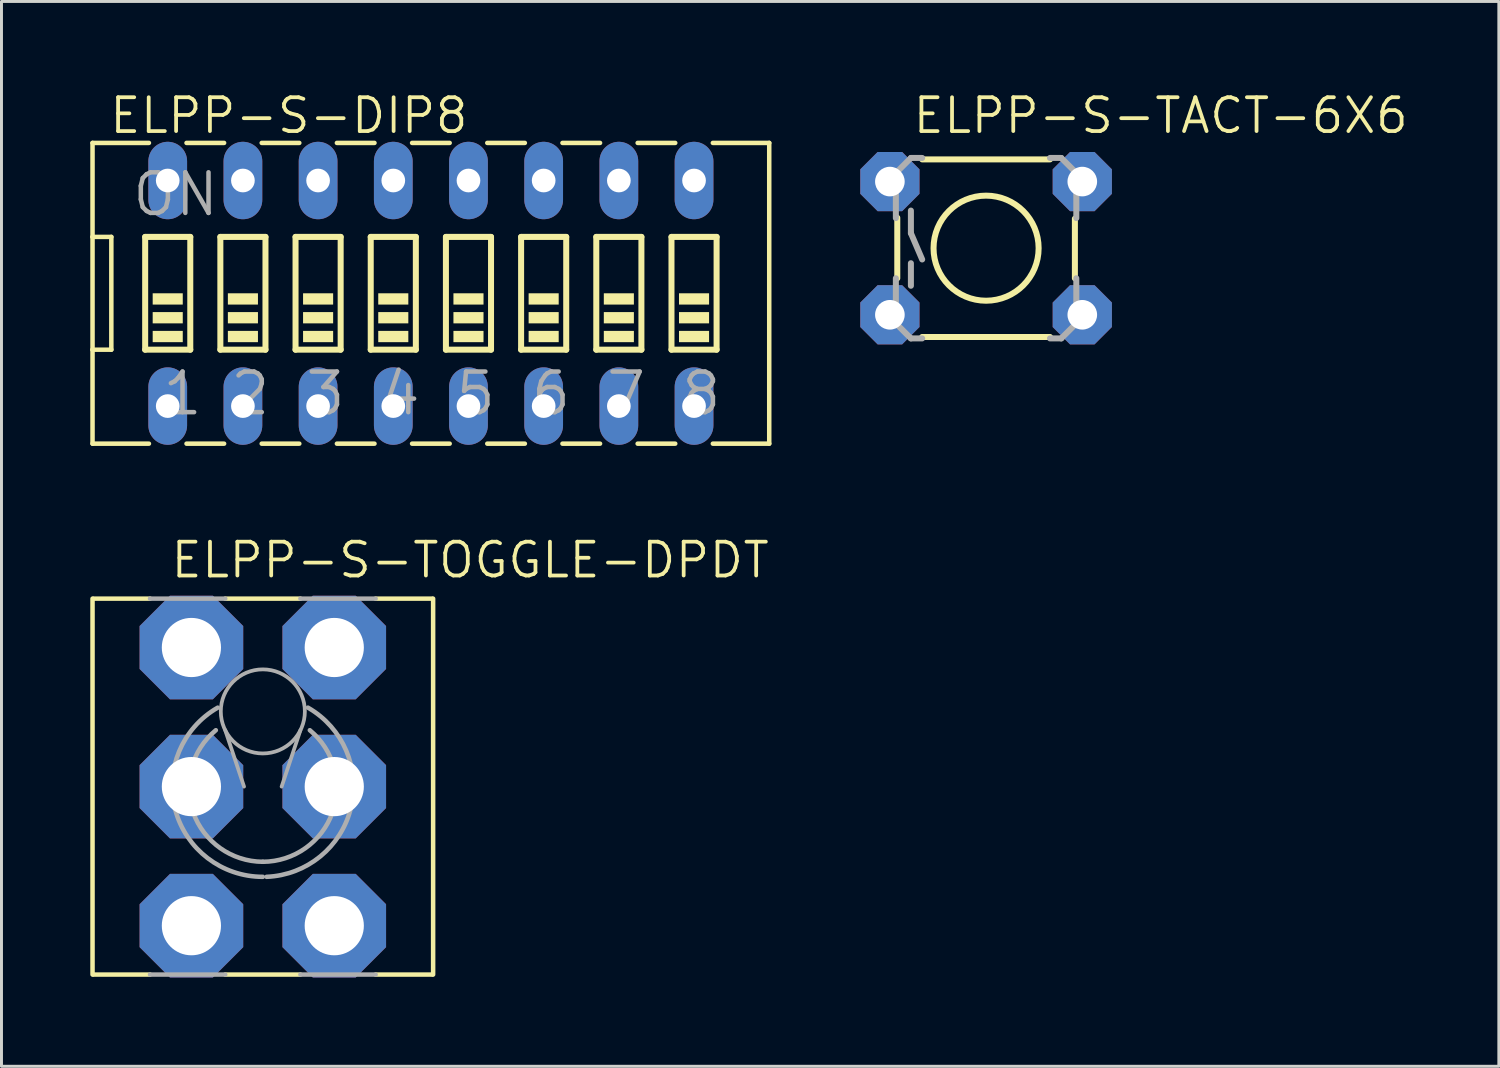
<source format=kicad_pcb>
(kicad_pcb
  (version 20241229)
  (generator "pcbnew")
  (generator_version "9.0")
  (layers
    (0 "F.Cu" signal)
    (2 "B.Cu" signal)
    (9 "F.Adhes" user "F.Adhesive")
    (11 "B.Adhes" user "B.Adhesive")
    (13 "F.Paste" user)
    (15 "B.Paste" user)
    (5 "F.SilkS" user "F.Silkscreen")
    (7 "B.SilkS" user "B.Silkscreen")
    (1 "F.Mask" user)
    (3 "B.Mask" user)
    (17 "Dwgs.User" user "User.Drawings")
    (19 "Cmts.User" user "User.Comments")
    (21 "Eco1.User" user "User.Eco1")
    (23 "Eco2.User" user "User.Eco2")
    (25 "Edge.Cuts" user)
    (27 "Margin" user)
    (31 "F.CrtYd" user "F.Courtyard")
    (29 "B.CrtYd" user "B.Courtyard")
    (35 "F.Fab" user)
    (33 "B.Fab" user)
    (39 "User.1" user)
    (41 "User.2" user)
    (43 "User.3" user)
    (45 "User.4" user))
  (footprint "ELPP-S-TOGGLE-DPDT"
    (layer "F.Cu")
    (at 5.829 23.523)
    (property "Reference" "ELPP-S-TOGGLE-DPDT" (at -3.175 -6.985 0) (unlocked yes) (layer "F.SilkS") (effects (font (size 1.143 1.143) (thickness 0.127)) (justify left bottom)))
    (fp_line (start -5.753 -6.35) (end -5.753 6.35) (stroke (width 0.152) (type solid)) (layer "F.SilkS"))
    (fp_line (start -5.715 -6.35) (end -3.81 -6.35) (stroke (width 0.152) (type solid)) (layer "F.SilkS"))
    (fp_line (start -5.715 6.35) (end -3.81 6.35) (stroke (width 0.152) (type solid)) (layer "F.SilkS"))
    (fp_line (start -1.27 -6.35) (end 1.27 -6.35) (stroke (width 0.152) (type solid)) (layer "F.SilkS"))
    (fp_line (start -1.27 6.35) (end 1.27 6.35) (stroke (width 0.152) (type solid)) (layer "F.SilkS"))
    (fp_line (start 3.81 -6.35) (end 5.715 -6.35) (stroke (width 0.152) (type solid)) (layer "F.SilkS"))
    (fp_line (start 3.81 6.35) (end 5.715 6.35) (stroke (width 0.152) (type solid)) (layer "F.SilkS"))
    (fp_line (start 5.753 6.35) (end 5.753 -6.35) (stroke (width 0.152) (type solid)) (layer "F.SilkS"))
    (fp_line (start -3.81 -6.35) (end -1.27 -6.35) (stroke (width 0.152) (type solid)) (layer "F.Fab"))
    (fp_line (start -3.81 6.35) (end -1.27 6.35) (stroke (width 0.152) (type solid)) (layer "F.Fab"))
    (fp_line (start -1.27 -1.905) (end -0.635 0) (stroke (width 0.127) (type solid)) (layer "F.Fab"))
    (fp_line (start 1.27 -6.35) (end 3.81 -6.35) (stroke (width 0.152) (type solid)) (layer "F.Fab"))
    (fp_line (start 1.27 -1.905) (end 0.635 0) (stroke (width 0.127) (type solid)) (layer "F.Fab"))
    (fp_line (start 1.27 6.35) (end 3.81 6.35) (stroke (width 0.152) (type solid)) (layer "F.Fab"))
    (fp_arc (start 0 2.54) (mid -2.352774 0.874294) (end -1.587502 -1.905001) (stroke (width 0.1524) (type solid)) (layer "F.Fab"))
    (fp_arc (start 0 3.048) (mid -2.959694 0.776552) (end -1.523999 -2.667) (stroke (width 0.1524) (type solid)) (layer "F.Fab"))
    (fp_arc (start 1.523999 -2.666998) (mid 2.976223 0.716233) (end 0.127 3.048) (stroke (width 0.1524) (type solid)) (layer "F.Fab"))
    (fp_arc (start 1.587502 -1.905001) (mid 2.352774 0.874294) (end 0 2.54) (stroke (width 0.1524) (type solid)) (layer "F.Fab"))
    (fp_circle (center 0 -2.54) (end 1.42 -2.54) (stroke (width 0.127) (type solid)) (fill no) (layer "F.Fab"))
    (pad "1" thru_hole roundrect (at -2.413 4.699) (size 3.5 3.5) (drill 2) (layers "*.Cu" "*.Mask") (roundrect_rratio 0.25) (chamfer_ratio 0.293) (chamfer top_left top_right bottom_left bottom_right))
    (pad "2" thru_hole roundrect (at -2.413 0) (size 3.5 3.5) (drill 2) (layers "*.Cu" "*.Mask") (roundrect_rratio 0.25) (chamfer_ratio 0.293) (chamfer top_left top_right bottom_left bottom_right))
    (pad "3" thru_hole roundrect (at -2.413 -4.699) (size 3.5 3.5) (drill 2) (layers "*.Cu" "*.Mask") (roundrect_rratio 0.25) (chamfer_ratio 0.293) (chamfer top_left top_right bottom_left bottom_right))
    (pad "4" thru_hole roundrect (at 2.413 4.699) (size 3.5 3.5) (drill 2) (layers "*.Cu" "*.Mask") (roundrect_rratio 0.25) (chamfer_ratio 0.293) (chamfer top_left top_right bottom_left bottom_right))
    (pad "5" thru_hole roundrect (at 2.413 0 180) (size 3.5 3.5) (drill 2) (layers "*.Cu" "*.Mask") (roundrect_rratio 0.25) (chamfer_ratio 0.293) (chamfer top_left top_right bottom_left bottom_right))
    (pad "6" thru_hole roundrect (at 2.413 -4.699) (size 3.5 3.5) (drill 2) (layers "*.Cu" "*.Mask") (roundrect_rratio 0.25) (chamfer_ratio 0.293) (chamfer top_left top_right bottom_left bottom_right)))
  (footprint "ELPP-S-DIP8"
    (layer "F.Cu")
    (at 11.506 6.858)
    (property "Reference" "ELPP-S-DIP8" (at -10.922 -5.334 0) (unlocked yes) (layer "F.SilkS") (effects (font (size 1.143 1.143) (thickness 0.127)) (justify left bottom)))
    (fp_line (start -11.43 -5.08) (end -11.43 -1.905) (stroke (width 0.152) (type solid)) (layer "F.SilkS"))
    (fp_line (start -11.43 -5.08) (end -9.525 -5.08) (stroke (width 0.152) (type solid)) (layer "F.SilkS"))
    (fp_line (start -11.43 -1.905) (end -11.43 1.905) (stroke (width 0.152) (type solid)) (layer "F.SilkS"))
    (fp_line (start -11.43 -1.905) (end -10.795 -1.905) (stroke (width 0.152) (type solid)) (layer "F.SilkS"))
    (fp_line (start -11.43 1.905) (end -11.43 5.08) (stroke (width 0.152) (type solid)) (layer "F.SilkS"))
    (fp_line (start -11.43 5.08) (end -9.525 5.08) (stroke (width 0.152) (type solid)) (layer "F.SilkS"))
    (fp_line (start -10.795 -1.905) (end -10.795 1.905) (stroke (width 0.152) (type solid)) (layer "F.SilkS"))
    (fp_line (start -10.795 1.905) (end -11.43 1.905) (stroke (width 0.152) (type solid)) (layer "F.SilkS"))
    (fp_line (start -9.652 -1.905) (end -9.652 1.905) (stroke (width 0.203) (type solid)) (layer "F.SilkS"))
    (fp_line (start -9.652 -1.905) (end -8.128 -1.905) (stroke (width 0.203) (type solid)) (layer "F.SilkS"))
    (fp_line (start -8.255 -5.08) (end -6.985 -5.08) (stroke (width 0.152) (type solid)) (layer "F.SilkS"))
    (fp_line (start -8.255 5.08) (end -6.985 5.08) (stroke (width 0.152) (type solid)) (layer "F.SilkS"))
    (fp_line (start -8.128 1.905) (end -9.652 1.905) (stroke (width 0.203) (type solid)) (layer "F.SilkS"))
    (fp_line (start -8.128 1.905) (end -8.128 -1.905) (stroke (width 0.203) (type solid)) (layer "F.SilkS"))
    (fp_line (start -7.112 -1.905) (end -7.112 1.905) (stroke (width 0.203) (type solid)) (layer "F.SilkS"))
    (fp_line (start -7.112 -1.905) (end -5.588 -1.905) (stroke (width 0.203) (type solid)) (layer "F.SilkS"))
    (fp_line (start -5.715 -5.08) (end -4.445 -5.08) (stroke (width 0.152) (type solid)) (layer "F.SilkS"))
    (fp_line (start -5.715 5.08) (end -4.445 5.08) (stroke (width 0.152) (type solid)) (layer "F.SilkS"))
    (fp_line (start -5.588 1.905) (end -7.112 1.905) (stroke (width 0.203) (type solid)) (layer "F.SilkS"))
    (fp_line (start -5.588 1.905) (end -5.588 -1.905) (stroke (width 0.203) (type solid)) (layer "F.SilkS"))
    (fp_line (start -4.572 -1.905) (end -4.572 1.905) (stroke (width 0.203) (type solid)) (layer "F.SilkS"))
    (fp_line (start -4.572 -1.905) (end -3.048 -1.905) (stroke (width 0.203) (type solid)) (layer "F.SilkS"))
    (fp_line (start -3.175 -5.08) (end -1.905 -5.08) (stroke (width 0.152) (type solid)) (layer "F.SilkS"))
    (fp_line (start -3.175 5.08) (end -1.905 5.08) (stroke (width 0.152) (type solid)) (layer "F.SilkS"))
    (fp_line (start -3.048 1.905) (end -4.572 1.905) (stroke (width 0.203) (type solid)) (layer "F.SilkS"))
    (fp_line (start -3.048 1.905) (end -3.048 -1.905) (stroke (width 0.203) (type solid)) (layer "F.SilkS"))
    (fp_line (start -2.032 -1.905) (end -2.032 1.905) (stroke (width 0.203) (type solid)) (layer "F.SilkS"))
    (fp_line (start -2.032 -1.905) (end -0.508 -1.905) (stroke (width 0.203) (type solid)) (layer "F.SilkS"))
    (fp_line (start -0.635 -5.08) (end 0.635 -5.08) (stroke (width 0.152) (type solid)) (layer "F.SilkS"))
    (fp_line (start -0.635 5.08) (end 0.635 5.08) (stroke (width 0.152) (type solid)) (layer "F.SilkS"))
    (fp_line (start -0.508 1.905) (end -2.032 1.905) (stroke (width 0.203) (type solid)) (layer "F.SilkS"))
    (fp_line (start -0.508 1.905) (end -0.508 -1.905) (stroke (width 0.203) (type solid)) (layer "F.SilkS"))
    (fp_line (start 0.508 -1.905) (end 0.508 1.905) (stroke (width 0.203) (type solid)) (layer "F.SilkS"))
    (fp_line (start 0.508 -1.905) (end 2.032 -1.905) (stroke (width 0.203) (type solid)) (layer "F.SilkS"))
    (fp_line (start 1.905 -5.08) (end 3.175 -5.08) (stroke (width 0.152) (type solid)) (layer "F.SilkS"))
    (fp_line (start 1.905 5.08) (end 3.175 5.08) (stroke (width 0.152) (type solid)) (layer "F.SilkS"))
    (fp_line (start 2.032 1.905) (end 0.508 1.905) (stroke (width 0.203) (type solid)) (layer "F.SilkS"))
    (fp_line (start 2.032 1.905) (end 2.032 -1.905) (stroke (width 0.203) (type solid)) (layer "F.SilkS"))
    (fp_line (start 3.048 -1.905) (end 3.048 1.905) (stroke (width 0.203) (type solid)) (layer "F.SilkS"))
    (fp_line (start 3.048 -1.905) (end 4.572 -1.905) (stroke (width 0.203) (type solid)) (layer "F.SilkS"))
    (fp_line (start 4.445 -5.08) (end 5.715 -5.08) (stroke (width 0.152) (type solid)) (layer "F.SilkS"))
    (fp_line (start 4.445 5.08) (end 5.715 5.08) (stroke (width 0.152) (type solid)) (layer "F.SilkS"))
    (fp_line (start 4.572 1.905) (end 3.048 1.905) (stroke (width 0.203) (type solid)) (layer "F.SilkS"))
    (fp_line (start 4.572 1.905) (end 4.572 -1.905) (stroke (width 0.203) (type solid)) (layer "F.SilkS"))
    (fp_line (start 5.588 -1.905) (end 5.588 1.905) (stroke (width 0.203) (type solid)) (layer "F.SilkS"))
    (fp_line (start 5.588 -1.905) (end 7.112 -1.905) (stroke (width 0.203) (type solid)) (layer "F.SilkS"))
    (fp_line (start 6.985 -5.08) (end 8.255 -5.08) (stroke (width 0.152) (type solid)) (layer "F.SilkS"))
    (fp_line (start 6.985 5.08) (end 8.255 5.08) (stroke (width 0.152) (type solid)) (layer "F.SilkS"))
    (fp_line (start 7.112 1.905) (end 5.588 1.905) (stroke (width 0.203) (type solid)) (layer "F.SilkS"))
    (fp_line (start 7.112 1.905) (end 7.112 -1.905) (stroke (width 0.203) (type solid)) (layer "F.SilkS"))
    (fp_line (start 8.128 -1.905) (end 8.128 1.905) (stroke (width 0.203) (type solid)) (layer "F.SilkS"))
    (fp_line (start 8.128 -1.905) (end 9.652 -1.905) (stroke (width 0.203) (type solid)) (layer "F.SilkS"))
    (fp_line (start 9.525 -5.08) (end 11.43 -5.08) (stroke (width 0.152) (type solid)) (layer "F.SilkS"))
    (fp_line (start 9.525 5.08) (end 11.43 5.08) (stroke (width 0.152) (type solid)) (layer "F.SilkS"))
    (fp_line (start 9.652 1.905) (end 8.128 1.905) (stroke (width 0.203) (type solid)) (layer "F.SilkS"))
    (fp_line (start 9.652 1.905) (end 9.652 -1.905) (stroke (width 0.203) (type solid)) (layer "F.SilkS"))
    (fp_line (start 11.43 -5.08) (end 11.43 5.08) (stroke (width 0.152) (type solid)) (layer "F.SilkS"))
    (fp_poly (pts (xy -9.398 0.381) (xy -8.382 0.381) (xy -8.382 0) (xy -9.398 0)) (stroke (width 0) (type default)) (fill yes) (layer "F.SilkS"))
    (fp_poly (pts (xy -9.398 1.016) (xy -8.382 1.016) (xy -8.382 0.635) (xy -9.398 0.635)) (stroke (width 0) (type default)) (fill yes) (layer "F.SilkS"))
    (fp_poly (pts (xy -9.398 1.651) (xy -8.382 1.651) (xy -8.382 1.27) (xy -9.398 1.27)) (stroke (width 0) (type default)) (fill yes) (layer "F.SilkS"))
    (fp_poly (pts (xy -6.858 0.381) (xy -5.842 0.381) (xy -5.842 0) (xy -6.858 0)) (stroke (width 0) (type default)) (fill yes) (layer "F.SilkS"))
    (fp_poly (pts (xy -6.858 1.016) (xy -5.842 1.016) (xy -5.842 0.635) (xy -6.858 0.635)) (stroke (width 0) (type default)) (fill yes) (layer "F.SilkS"))
    (fp_poly (pts (xy -6.858 1.651) (xy -5.842 1.651) (xy -5.842 1.27) (xy -6.858 1.27)) (stroke (width 0) (type default)) (fill yes) (layer "F.SilkS"))
    (fp_poly (pts (xy -4.318 0.381) (xy -3.302 0.381) (xy -3.302 0) (xy -4.318 0)) (stroke (width 0) (type default)) (fill yes) (layer "F.SilkS"))
    (fp_poly (pts (xy -4.318 1.016) (xy -3.302 1.016) (xy -3.302 0.635) (xy -4.318 0.635)) (stroke (width 0) (type default)) (fill yes) (layer "F.SilkS"))
    (fp_poly (pts (xy -4.318 1.651) (xy -3.302 1.651) (xy -3.302 1.27) (xy -4.318 1.27)) (stroke (width 0) (type default)) (fill yes) (layer "F.SilkS"))
    (fp_poly (pts (xy -1.778 0.381) (xy -0.762 0.381) (xy -0.762 0) (xy -1.778 0)) (stroke (width 0) (type default)) (fill yes) (layer "F.SilkS"))
    (fp_poly (pts (xy -1.778 1.016) (xy -0.762 1.016) (xy -0.762 0.635) (xy -1.778 0.635)) (stroke (width 0) (type default)) (fill yes) (layer "F.SilkS"))
    (fp_poly (pts (xy -1.778 1.651) (xy -0.762 1.651) (xy -0.762 1.27) (xy -1.778 1.27)) (stroke (width 0) (type default)) (fill yes) (layer "F.SilkS"))
    (fp_poly (pts (xy 0.762 0.381) (xy 1.778 0.381) (xy 1.778 0) (xy 0.762 0)) (stroke (width 0) (type default)) (fill yes) (layer "F.SilkS"))
    (fp_poly (pts (xy 0.762 1.016) (xy 1.778 1.016) (xy 1.778 0.635) (xy 0.762 0.635)) (stroke (width 0) (type default)) (fill yes) (layer "F.SilkS"))
    (fp_poly (pts (xy 0.762 1.651) (xy 1.778 1.651) (xy 1.778 1.27) (xy 0.762 1.27)) (stroke (width 0) (type default)) (fill yes) (layer "F.SilkS"))
    (fp_poly (pts (xy 3.302 0.381) (xy 4.318 0.381) (xy 4.318 0) (xy 3.302 0)) (stroke (width 0) (type default)) (fill yes) (layer "F.SilkS"))
    (fp_poly (pts (xy 3.302 1.016) (xy 4.318 1.016) (xy 4.318 0.635) (xy 3.302 0.635)) (stroke (width 0) (type default)) (fill yes) (layer "F.SilkS"))
    (fp_poly (pts (xy 3.302 1.651) (xy 4.318 1.651) (xy 4.318 1.27) (xy 3.302 1.27)) (stroke (width 0) (type default)) (fill yes) (layer "F.SilkS"))
    (fp_poly (pts (xy 5.842 0.381) (xy 6.858 0.381) (xy 6.858 0) (xy 5.842 0)) (stroke (width 0) (type default)) (fill yes) (layer "F.SilkS"))
    (fp_poly (pts (xy 5.842 1.016) (xy 6.858 1.016) (xy 6.858 0.635) (xy 5.842 0.635)) (stroke (width 0) (type default)) (fill yes) (layer "F.SilkS"))
    (fp_poly (pts (xy 5.842 1.651) (xy 6.858 1.651) (xy 6.858 1.27) (xy 5.842 1.27)) (stroke (width 0) (type default)) (fill yes) (layer "F.SilkS"))
    (fp_poly (pts (xy 8.382 0.381) (xy 9.398 0.381) (xy 9.398 0) (xy 8.382 0)) (stroke (width 0) (type default)) (fill yes) (layer "F.SilkS"))
    (fp_poly (pts (xy 8.382 1.016) (xy 9.398 1.016) (xy 9.398 0.635) (xy 8.382 0.635)) (stroke (width 0) (type default)) (fill yes) (layer "F.SilkS"))
    (fp_poly (pts (xy 8.382 1.651) (xy 9.398 1.651) (xy 9.398 1.27) (xy 8.382 1.27)) (stroke (width 0) (type default)) (fill yes) (layer "F.SilkS"))
    (fp_text user "4" (at -1.778 4.191 0) (layer "F.Fab") (effects (font (size 1.372 1.372) (thickness 0.152)) (justify left bottom)))
    (fp_text user "8" (at 8.382 4.191 0) (layer "F.Fab") (effects (font (size 1.372 1.372) (thickness 0.152)) (justify left bottom)))
    (fp_text user "2" (at -6.858 4.191 0) (layer "F.Fab") (effects (font (size 1.372 1.372) (thickness 0.152)) (justify left bottom)))
    (fp_text user "1" (at -9.144 4.191 0) (layer "F.Fab") (effects (font (size 1.372 1.372) (thickness 0.152)) (justify left bottom)))
    (fp_text user "6" (at 3.302 4.191 0) (layer "F.Fab") (effects (font (size 1.372 1.372) (thickness 0.152)) (justify left bottom)))
    (fp_text user "3" (at -4.318 4.191 0) (layer "F.Fab") (effects (font (size 1.372 1.372) (thickness 0.152)) (justify left bottom)))
    (fp_text user "7" (at 5.842 4.191 0) (layer "F.Fab") (effects (font (size 1.372 1.372) (thickness 0.152)) (justify left bottom)))
    (fp_text user "ON" (at -10.16 -2.54 0) (layer "F.Fab") (effects (font (size 1.372 1.372) (thickness 0.152)) (justify left bottom)))
    (fp_text user "5" (at 0.762 4.191 0) (layer "F.Fab") (effects (font (size 1.372 1.372) (thickness 0.152)) (justify left bottom)))
    (pad "1" thru_hole oval (at -8.89 3.81 90) (size 2.616 1.308) (drill 0.8) (layers "*.Cu" "*.Mask"))
    (pad "2" thru_hole oval (at -6.35 3.81 90) (size 2.616 1.308) (drill 0.8) (layers "*.Cu" "*.Mask"))
    (pad "3" thru_hole oval (at -3.81 3.81 90) (size 2.616 1.308) (drill 0.8) (layers "*.Cu" "*.Mask"))
    (pad "4" thru_hole oval (at -1.27 3.81 90) (size 2.616 1.308) (drill 0.8) (layers "*.Cu" "*.Mask"))
    (pad "5" thru_hole oval (at 1.27 3.81 90) (size 2.616 1.308) (drill 0.8) (layers "*.Cu" "*.Mask"))
    (pad "6" thru_hole oval (at 3.81 3.81 90) (size 2.616 1.308) (drill 0.8) (layers "*.Cu" "*.Mask"))
    (pad "7" thru_hole oval (at 6.35 3.81 90) (size 2.616 1.308) (drill 0.8) (layers "*.Cu" "*.Mask"))
    (pad "8" thru_hole oval (at 8.89 3.81 90) (size 2.616 1.308) (drill 0.8) (layers "*.Cu" "*.Mask"))
    (pad "9" thru_hole oval (at 8.89 -3.81 90) (size 2.616 1.308) (drill 0.8) (layers "*.Cu" "*.Mask"))
    (pad "10" thru_hole oval (at 6.35 -3.81 90) (size 2.616 1.308) (drill 0.8) (layers "*.Cu" "*.Mask"))
    (pad "11" thru_hole oval (at 3.81 -3.81 90) (size 2.616 1.308) (drill 0.8) (layers "*.Cu" "*.Mask"))
    (pad "12" thru_hole oval (at 1.27 -3.81 90) (size 2.616 1.308) (drill 0.8) (layers "*.Cu" "*.Mask"))
    (pad "13" thru_hole oval (at -1.27 -3.81 90) (size 2.616 1.308) (drill 0.8) (layers "*.Cu" "*.Mask"))
    (pad "14" thru_hole oval (at -3.81 -3.81 90) (size 2.616 1.308) (drill 0.8) (layers "*.Cu" "*.Mask"))
    (pad "15" thru_hole oval (at -6.35 -3.81 90) (size 2.616 1.308) (drill 0.8) (layers "*.Cu" "*.Mask"))
    (pad "16" thru_hole oval (at -8.89 -3.81 90) (size 2.616 1.308) (drill 0.8) (layers "*.Cu" "*.Mask")))
  (footprint "ELPP-S-TACT-6X6"
    (layer "F.Cu")
    (at 30.262 5.334)
    (property "Reference" "ELPP-S-TACT-6X6" (at -2.54 -3.81 0) (unlocked yes) (layer "F.SilkS") (effects (font (size 1.143 1.143) (thickness 0.127)) (justify left bottom)))
    (fp_line (start -3 -1.028) (end -3 1.016) (stroke (width 0.203) (type solid)) (layer "F.SilkS"))
    (fp_line (start -2.159 3) (end 2.159 3) (stroke (width 0.203) (type solid)) (layer "F.SilkS"))
    (fp_line (start 2.159 -3) (end -2.159 -3) (stroke (width 0.203) (type solid)) (layer "F.SilkS"))
    (fp_line (start 3 -0.998) (end 3 1.016) (stroke (width 0.203) (type solid)) (layer "F.SilkS"))
    (fp_circle (center 0 0) (end 1.775 0) (stroke (width 0.203) (type solid)) (fill no) (layer "F.SilkS"))
    (fp_line (start -3.048 -2.54) (end -3.048 -1.016) (stroke (width 0.203) (type solid)) (layer "F.Fab"))
    (fp_line (start -3.048 2.54) (end -3.048 1.016) (stroke (width 0.203) (type solid)) (layer "F.Fab"))
    (fp_line (start -2.54 -3.048) (end -3.048 -2.54) (stroke (width 0.203) (type solid)) (layer "F.Fab"))
    (fp_line (start -2.54 -3.048) (end -2.159 -3.048) (stroke (width 0.203) (type solid)) (layer "F.Fab"))
    (fp_line (start -2.54 -1.27) (end -2.54 -0.508) (stroke (width 0.203) (type solid)) (layer "F.Fab"))
    (fp_line (start -2.54 -0.508) (end -2.159 0.381) (stroke (width 0.203) (type solid)) (layer "F.Fab"))
    (fp_line (start -2.54 0.508) (end -2.54 1.27) (stroke (width 0.203) (type solid)) (layer "F.Fab"))
    (fp_line (start -2.54 3.048) (end -3.048 2.54) (stroke (width 0.203) (type solid)) (layer "F.Fab"))
    (fp_line (start -2.54 3.048) (end -2.159 3.048) (stroke (width 0.203) (type solid)) (layer "F.Fab"))
    (fp_line (start 2.54 -3.048) (end 2.159 -3.048) (stroke (width 0.203) (type solid)) (layer "F.Fab"))
    (fp_line (start 2.54 3.048) (end 2.159 3.048) (stroke (width 0.203) (type solid)) (layer "F.Fab"))
    (fp_line (start 2.54 3.048) (end 3.048 2.54) (stroke (width 0.203) (type solid)) (layer "F.Fab"))
    (fp_line (start 3.048 -2.54) (end 2.54 -3.048) (stroke (width 0.203) (type solid)) (layer "F.Fab"))
    (fp_line (start 3.048 -1.016) (end 3.048 -2.54) (stroke (width 0.203) (type solid)) (layer "F.Fab"))
    (fp_line (start 3.048 2.54) (end 3.048 1.016) (stroke (width 0.203) (type solid)) (layer "F.Fab"))
    (pad "1" thru_hole roundrect (at -3.25 -2.25) (size 2 2) (drill 1) (layers "*.Cu" "*.Mask") (roundrect_rratio 0.25) (chamfer_ratio 0.293) (chamfer top_left top_right bottom_left bottom_right))
    (pad "2" thru_hole roundrect (at 3.25 -2.25) (size 2 2) (drill 1) (layers "*.Cu" "*.Mask") (roundrect_rratio 0.25) (chamfer_ratio 0.293) (chamfer top_left top_right bottom_left bottom_right))
    (pad "3" thru_hole roundrect (at -3.25 2.25) (size 2 2) (drill 1) (layers "*.Cu" "*.Mask") (roundrect_rratio 0.25) (chamfer_ratio 0.293) (chamfer top_left top_right bottom_left bottom_right))
    (pad "4" thru_hole roundrect (at 3.25 2.25) (size 2 2) (drill 1) (layers "*.Cu" "*.Mask") (roundrect_rratio 0.25) (chamfer_ratio 0.293) (chamfer top_left top_right bottom_left bottom_right)))
  (gr_rect
    (start -3 -3)
    (end 47.584 32.972)
    (stroke (width 0.1) (type default))
    (fill no)
    (layer "Edge.Cuts")))
</source>
